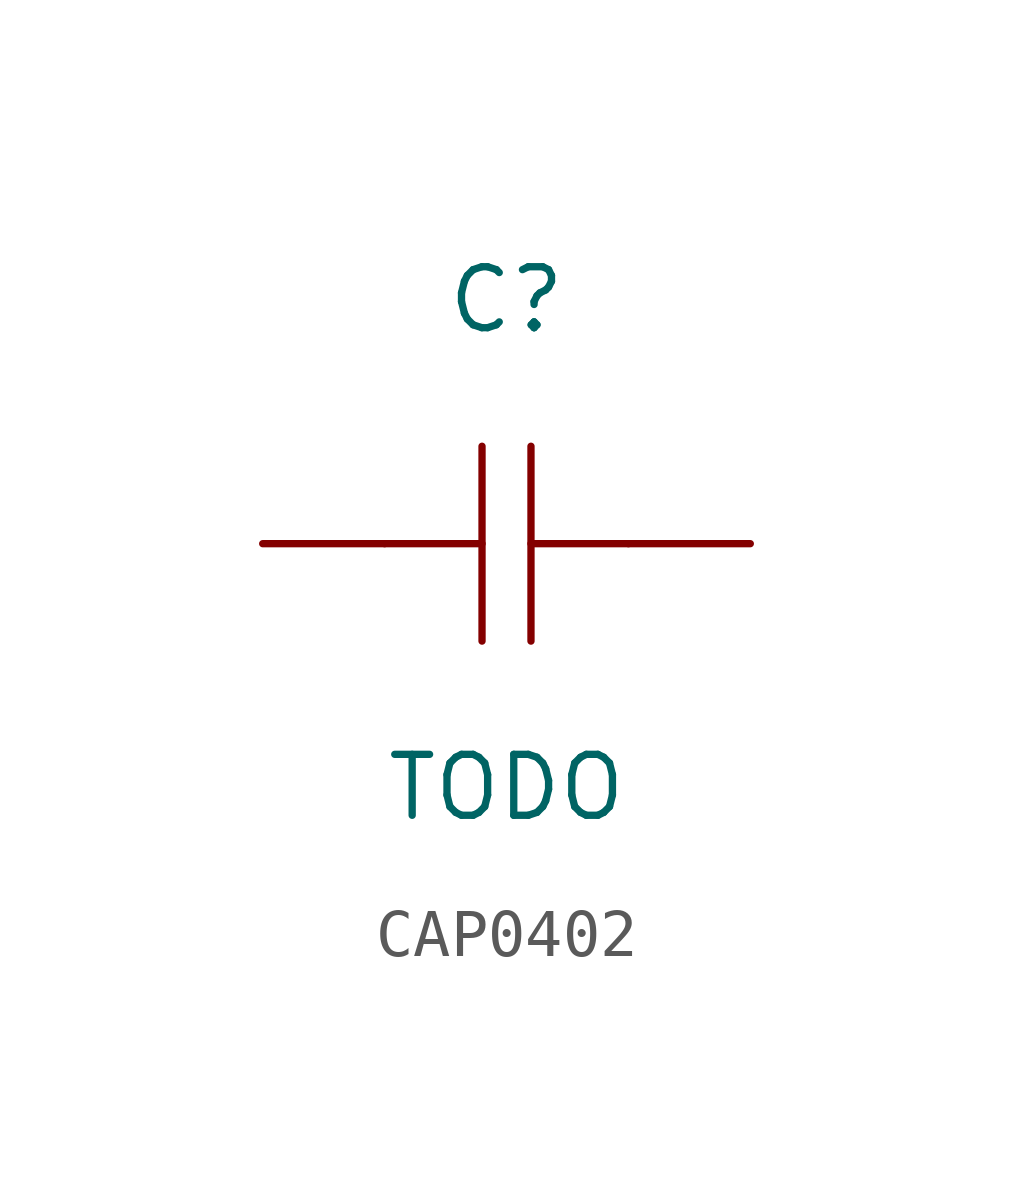
<source format=kicad_sym>
(kicad_symbol_lib
  (version 20241209)
  (generator "kicad_symbol_editor")
  (generator_version "9.0")
  (symbol "CAP0402"
    (property "Reference" "C"
      (at 0 5.08 0)
      (effects (font (size 1.27 1.27))))
    (property "Value" "TODO"
      (at 0 -5.08 0)
      (effects (font (size 1.27 1.27))))
    (symbol "CAP0402_0_1"
      (polyline (pts (xy -0.51 0) (xy -2.54 0)) (stroke (width 0) (type default)) (fill (type none)))
      (polyline (pts (xy -0.51 -2.03) (xy -0.51 2.03)) (stroke (width 0) (type default)) (fill (type none)))
      (polyline (pts (xy 0.51 2.03) (xy 0.51 -2.03)) (stroke (width 0) (type default)) (fill (type none)))
      (polyline (pts (xy 2.54 0) (xy 0.51 0)) (stroke (width 0) (type default)) (fill (type none))))
    (symbol "CAP0402_1_1"
      (pin passive line (at -5.08 0 0) (length 2.54) (name "1" (effects (font (size 0 0)))) (number "1" (effects (font (size 0 0)))))
      (pin passive line (at 5.08 0 180) (length 2.54) (name "2" (effects (font (size 0 0)))) (number "2" (effects (font (size 0 0))))))))
</source>
